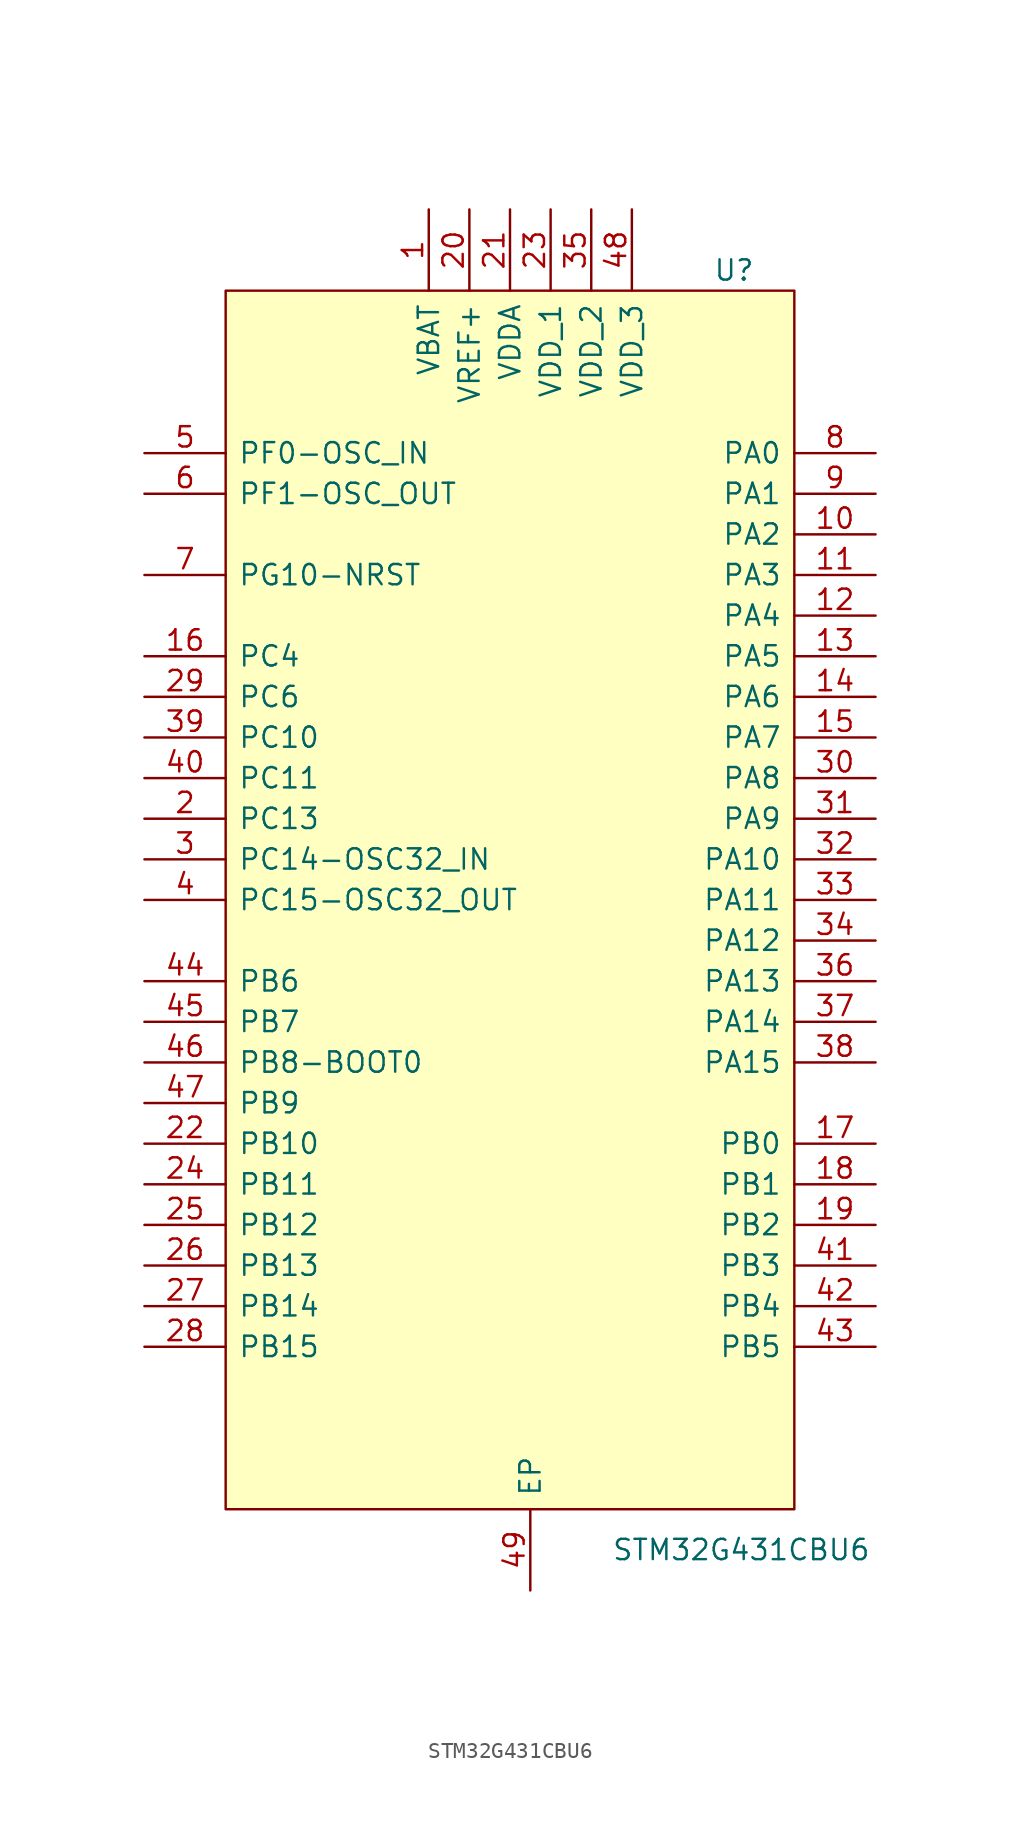
<source format=kicad_sym>
(kicad_symbol_lib
  (version 20231120)
  (generator "kicad_symbol_editor")
  (generator_version "8.0")
  (symbol "STM32G431CBU6"
    (pin_names
      (offset 0.762))
    (property "Reference" "U"
      (at 11.43 40.64 0)
      (effects (font (size 1.27 1.27)) (justify left)))
    (property "Value" "STM32G431CBU6"
      (at 5.08 -39.37 0)
      (effects (font (size 1.27 1.27)) (justify left)))
    (symbol "STM32G431CBU6_0_0"
      (pin passive line (at -6.35 44.45 270) (length 5.08) (name "VBAT" (effects (font (size 1.27 1.27)))) (number "1" (effects (font (size 1.27 1.27)))))
      (pin passive line (at 21.59 24.13 180) (length 5.08) (name "PA2" (effects (font (size 1.27 1.27)))) (number "10" (effects (font (size 1.27 1.27)))))
      (pin passive line (at 21.59 21.59 180) (length 5.08) (name "PA3" (effects (font (size 1.27 1.27)))) (number "11" (effects (font (size 1.27 1.27)))))
      (pin passive line (at 21.59 19.05 180) (length 5.08) (name "PA4" (effects (font (size 1.27 1.27)))) (number "12" (effects (font (size 1.27 1.27)))))
      (pin passive line (at 21.59 16.51 180) (length 5.08) (name "PA5" (effects (font (size 1.27 1.27)))) (number "13" (effects (font (size 1.27 1.27)))))
      (pin passive line (at 21.59 13.97 180) (length 5.08) (name "PA6" (effects (font (size 1.27 1.27)))) (number "14" (effects (font (size 1.27 1.27)))))
      (pin passive line (at 21.59 11.43 180) (length 5.08) (name "PA7" (effects (font (size 1.27 1.27)))) (number "15" (effects (font (size 1.27 1.27)))))
      (pin passive line (at -24.13 16.51 0) (length 5.08) (name "PC4" (effects (font (size 1.27 1.27)))) (number "16" (effects (font (size 1.27 1.27)))))
      (pin passive line (at 21.59 -13.97 180) (length 5.08) (name "PB0" (effects (font (size 1.27 1.27)))) (number "17" (effects (font (size 1.27 1.27)))))
      (pin passive line (at 21.59 -16.51 180) (length 5.08) (name "PB1" (effects (font (size 1.27 1.27)))) (number "18" (effects (font (size 1.27 1.27)))))
      (pin passive line (at 21.59 -19.05 180) (length 5.08) (name "PB2" (effects (font (size 1.27 1.27)))) (number "19" (effects (font (size 1.27 1.27)))))
      (pin passive line (at -24.13 6.35 0) (length 5.08) (name "PC13" (effects (font (size 1.27 1.27)))) (number "2" (effects (font (size 1.27 1.27)))))
      (pin passive line (at -3.81 44.45 270) (length 5.08) (name "VREF+" (effects (font (size 1.27 1.27)))) (number "20" (effects (font (size 1.27 1.27)))))
      (pin passive line (at -1.27 44.45 270) (length 5.08) (name "VDDA" (effects (font (size 1.27 1.27)))) (number "21" (effects (font (size 1.27 1.27)))))
      (pin passive line (at -24.13 -13.97 0) (length 5.08) (name "PB10" (effects (font (size 1.27 1.27)))) (number "22" (effects (font (size 1.27 1.27)))))
      (pin passive line (at 1.27 44.45 270) (length 5.08) (name "VDD_1" (effects (font (size 1.27 1.27)))) (number "23" (effects (font (size 1.27 1.27)))))
      (pin passive line (at -24.13 -16.51 0) (length 5.08) (name "PB11" (effects (font (size 1.27 1.27)))) (number "24" (effects (font (size 1.27 1.27)))))
      (pin passive line (at -24.13 -19.05 0) (length 5.08) (name "PB12" (effects (font (size 1.27 1.27)))) (number "25" (effects (font (size 1.27 1.27)))))
      (pin passive line (at -24.13 -21.59 0) (length 5.08) (name "PB13" (effects (font (size 1.27 1.27)))) (number "26" (effects (font (size 1.27 1.27)))))
      (pin passive line (at -24.13 -24.13 0) (length 5.08) (name "PB14" (effects (font (size 1.27 1.27)))) (number "27" (effects (font (size 1.27 1.27)))))
      (pin passive line (at -24.13 -26.67 0) (length 5.08) (name "PB15" (effects (font (size 1.27 1.27)))) (number "28" (effects (font (size 1.27 1.27)))))
      (pin passive line (at -24.13 13.97 0) (length 5.08) (name "PC6" (effects (font (size 1.27 1.27)))) (number "29" (effects (font (size 1.27 1.27)))))
      (pin passive line (at -24.13 3.81 0) (length 5.08) (name "PC14-OSC32_IN" (effects (font (size 1.27 1.27)))) (number "3" (effects (font (size 1.27 1.27)))))
      (pin passive line (at 21.59 8.89 180) (length 5.08) (name "PA8" (effects (font (size 1.27 1.27)))) (number "30" (effects (font (size 1.27 1.27)))))
      (pin passive line (at 21.59 6.35 180) (length 5.08) (name "PA9" (effects (font (size 1.27 1.27)))) (number "31" (effects (font (size 1.27 1.27)))))
      (pin passive line (at 21.59 3.81 180) (length 5.08) (name "PA10" (effects (font (size 1.27 1.27)))) (number "32" (effects (font (size 1.27 1.27)))))
      (pin passive line (at 21.59 1.27 180) (length 5.08) (name "PA11" (effects (font (size 1.27 1.27)))) (number "33" (effects (font (size 1.27 1.27)))))
      (pin passive line (at 21.59 -1.27 180) (length 5.08) (name "PA12" (effects (font (size 1.27 1.27)))) (number "34" (effects (font (size 1.27 1.27)))))
      (pin passive line (at 3.81 44.45 270) (length 5.08) (name "VDD_2" (effects (font (size 1.27 1.27)))) (number "35" (effects (font (size 1.27 1.27)))))
      (pin passive line (at 21.59 -3.81 180) (length 5.08) (name "PA13" (effects (font (size 1.27 1.27)))) (number "36" (effects (font (size 1.27 1.27)))))
      (pin passive line (at 21.59 -6.35 180) (length 5.08) (name "PA14" (effects (font (size 1.27 1.27)))) (number "37" (effects (font (size 1.27 1.27)))))
      (pin passive line (at 21.59 -8.89 180) (length 5.08) (name "PA15" (effects (font (size 1.27 1.27)))) (number "38" (effects (font (size 1.27 1.27)))))
      (pin passive line (at -24.13 11.43 0) (length 5.08) (name "PC10" (effects (font (size 1.27 1.27)))) (number "39" (effects (font (size 1.27 1.27)))))
      (pin passive line (at -24.13 1.27 0) (length 5.08) (name "PC15-OSC32_OUT" (effects (font (size 1.27 1.27)))) (number "4" (effects (font (size 1.27 1.27)))))
      (pin passive line (at -24.13 8.89 0) (length 5.08) (name "PC11" (effects (font (size 1.27 1.27)))) (number "40" (effects (font (size 1.27 1.27)))))
      (pin passive line (at 21.59 -21.59 180) (length 5.08) (name "PB3" (effects (font (size 1.27 1.27)))) (number "41" (effects (font (size 1.27 1.27)))))
      (pin passive line (at 21.59 -24.13 180) (length 5.08) (name "PB4" (effects (font (size 1.27 1.27)))) (number "42" (effects (font (size 1.27 1.27)))))
      (pin passive line (at 21.59 -26.67 180) (length 5.08) (name "PB5" (effects (font (size 1.27 1.27)))) (number "43" (effects (font (size 1.27 1.27)))))
      (pin passive line (at -24.13 -3.81 0) (length 5.08) (name "PB6" (effects (font (size 1.27 1.27)))) (number "44" (effects (font (size 1.27 1.27)))))
      (pin passive line (at -24.13 -6.35 0) (length 5.08) (name "PB7" (effects (font (size 1.27 1.27)))) (number "45" (effects (font (size 1.27 1.27)))))
      (pin passive line (at -24.13 -8.89 0) (length 5.08) (name "PB8-BOOT0" (effects (font (size 1.27 1.27)))) (number "46" (effects (font (size 1.27 1.27)))))
      (pin passive line (at -24.13 -11.43 0) (length 5.08) (name "PB9" (effects (font (size 1.27 1.27)))) (number "47" (effects (font (size 1.27 1.27)))))
      (pin passive line (at 6.35 44.45 270) (length 5.08) (name "VDD_3" (effects (font (size 1.27 1.27)))) (number "48" (effects (font (size 1.27 1.27)))))
      (pin passive line (at 0 -41.91 90) (length 5.08) (name "EP" (effects (font (size 1.27 1.27)))) (number "49" (effects (font (size 1.27 1.27)))))
      (pin passive line (at -24.13 29.21 0) (length 5.08) (name "PF0-OSC_IN" (effects (font (size 1.27 1.27)))) (number "5" (effects (font (size 1.27 1.27)))))
      (pin passive line (at -24.13 26.67 0) (length 5.08) (name "PF1-OSC_OUT" (effects (font (size 1.27 1.27)))) (number "6" (effects (font (size 1.27 1.27)))))
      (pin passive line (at -24.13 21.59 0) (length 5.08) (name "PG10-NRST" (effects (font (size 1.27 1.27)))) (number "7" (effects (font (size 1.27 1.27)))))
      (pin passive line (at 21.59 29.21 180) (length 5.08) (name "PA0" (effects (font (size 1.27 1.27)))) (number "8" (effects (font (size 1.27 1.27)))))
      (pin passive line (at 21.59 26.67 180) (length 5.08) (name "PA1" (effects (font (size 1.27 1.27)))) (number "9" (effects (font (size 1.27 1.27))))))
    (symbol "STM32G431CBU6_1_1"
      (rectangle (start -19.05 39.37) (end 16.51 -36.83) (stroke (width 0) (type default)) (fill (type background))))))
</source>
